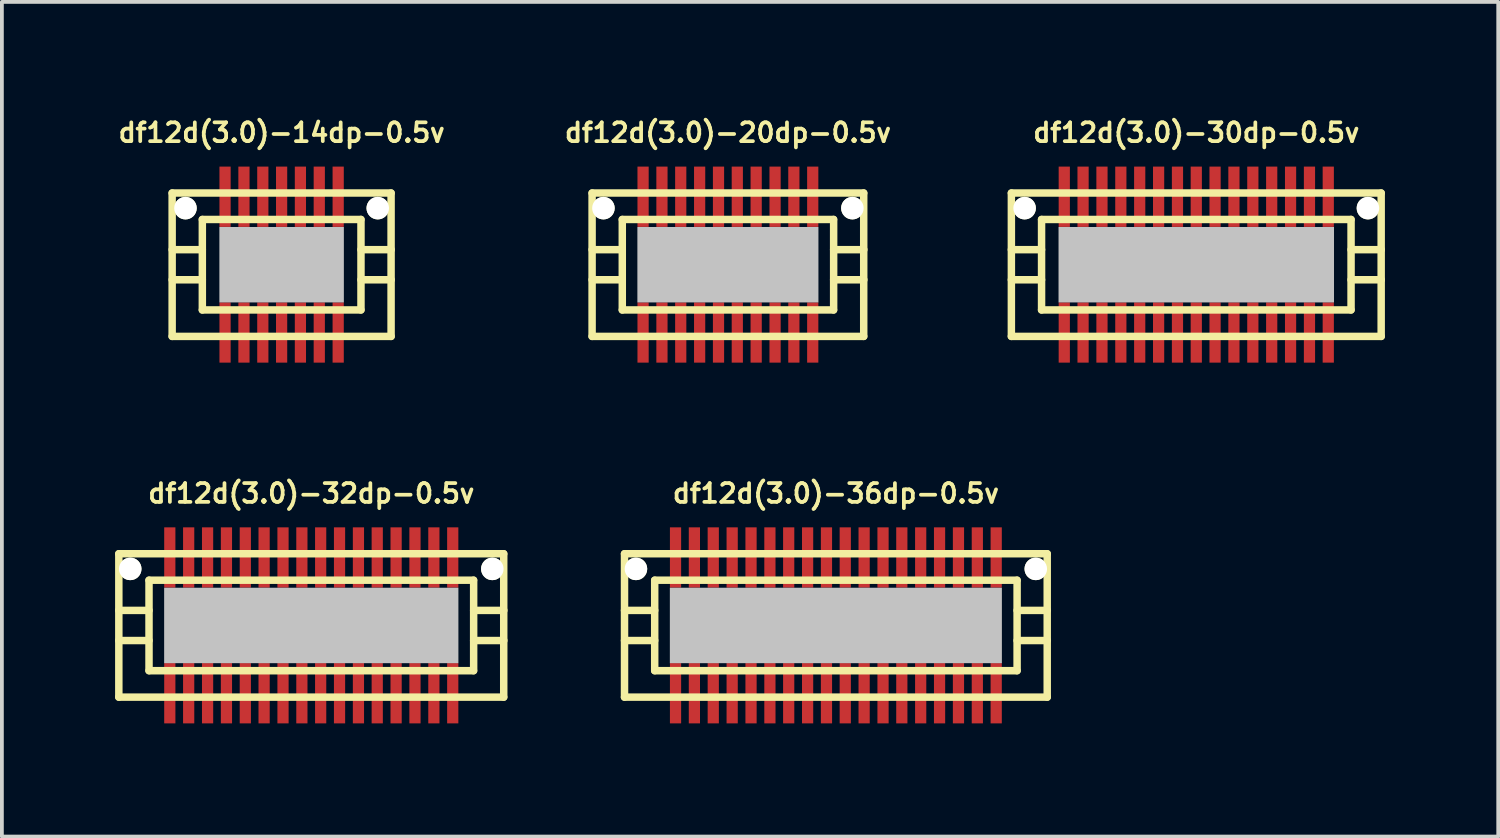
<source format=kicad_pcb>
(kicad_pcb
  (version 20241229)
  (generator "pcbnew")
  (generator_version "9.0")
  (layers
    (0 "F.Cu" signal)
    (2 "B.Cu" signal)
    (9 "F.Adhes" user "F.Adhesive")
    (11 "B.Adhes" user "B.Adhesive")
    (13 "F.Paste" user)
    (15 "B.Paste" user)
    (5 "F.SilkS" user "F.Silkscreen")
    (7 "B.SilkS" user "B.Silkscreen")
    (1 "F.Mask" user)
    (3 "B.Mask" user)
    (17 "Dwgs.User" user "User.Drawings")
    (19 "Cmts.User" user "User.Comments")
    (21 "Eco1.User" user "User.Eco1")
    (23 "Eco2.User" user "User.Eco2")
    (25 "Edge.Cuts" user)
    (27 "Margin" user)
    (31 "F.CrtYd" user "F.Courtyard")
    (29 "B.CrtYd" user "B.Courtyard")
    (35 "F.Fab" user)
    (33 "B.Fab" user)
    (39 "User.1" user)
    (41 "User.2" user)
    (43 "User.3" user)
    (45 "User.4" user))
  (footprint "df12d(3.0)-14dp-0.5v"
    (layer "F.Cu")
    (at 4.413 3.965)
    (property "Reference" "df12d(3.0)-14dp-0.5v" (at 0 -3.5 0) (layer "F.SilkS") (effects (font (size 0.498 0.498) (thickness 0.099))))
    (attr smd)
    (fp_line (start -2.901 -1.9) (end -2.901 1.9) (stroke (width 0.198) (type solid)) (layer "F.SilkS"))
    (fp_line (start -2.901 -1.9) (end 2.901 -1.9) (stroke (width 0.198) (type solid)) (layer "F.SilkS"))
    (fp_line (start -2.101 -0.399) (end -2.901 -0.399) (stroke (width 0.198) (type solid)) (layer "F.SilkS"))
    (fp_line (start -2.101 0.399) (end -2.901 0.399) (stroke (width 0.198) (type solid)) (layer "F.SilkS"))
    (fp_line (start -2.101 1.199) (end -2.101 -1.199) (stroke (width 0.198) (type solid)) (layer "F.SilkS"))
    (fp_line (start -2.101 1.199) (end 2.101 1.199) (stroke (width 0.198) (type solid)) (layer "F.SilkS"))
    (fp_line (start 2.101 -1.199) (end -2.101 -1.199) (stroke (width 0.198) (type solid)) (layer "F.SilkS"))
    (fp_line (start 2.103 -1.199) (end 2.103 1.199) (stroke (width 0.198) (type solid)) (layer "F.SilkS"))
    (fp_line (start 2.103 -0.399) (end 2.903 -0.399) (stroke (width 0.198) (type solid)) (layer "F.SilkS"))
    (fp_line (start 2.901 1.9) (end -2.901 1.9) (stroke (width 0.198) (type solid)) (layer "F.SilkS"))
    (fp_line (start 2.901 1.9) (end 2.901 -1.9) (stroke (width 0.198) (type solid)) (layer "F.SilkS"))
    (fp_line (start 2.903 0.399) (end 2.103 0.399) (stroke (width 0.198) (type solid)) (layer "F.SilkS"))
    (pad "" np_thru_hole circle (at -2.548 -1.499) (size 0.597 0.597) (drill 0.597) (layers "*.Cu" "*.Mask" "F.SilkS"))
    (pad "" smd rect (at 0 0) (size 3.299 1.999) (layers "Dwgs.User"))
    (pad "" np_thru_hole circle (at 2.548 -1.499) (size 0.597 0.597) (drill 0.597) (layers "*.Cu" "*.Mask" "F.SilkS"))
    (pad "1" smd rect (at 1.499 1.796) (size 0.297 1.598) (layers "F.Cu" "F.Mask" "F.Paste"))
    (pad "2" smd rect (at 0.998 1.796) (size 0.297 1.598) (layers "F.Cu" "F.Mask" "F.Paste"))
    (pad "3" smd rect (at 0.498 1.796) (size 0.297 1.598) (layers "F.Cu" "F.Mask" "F.Paste"))
    (pad "4" smd rect (at 0 1.796) (size 0.297 1.598) (layers "F.Cu" "F.Mask" "F.Paste"))
    (pad "5" smd rect (at -0.498 1.796) (size 0.297 1.598) (layers "F.Cu" "F.Mask" "F.Paste"))
    (pad "6" smd rect (at -0.998 1.796) (size 0.297 1.598) (layers "F.Cu" "F.Mask" "F.Paste"))
    (pad "7" smd rect (at -1.499 1.796) (size 0.297 1.598) (layers "F.Cu" "F.Mask" "F.Paste"))
    (pad "8" smd rect (at -1.499 -1.801) (size 0.297 1.598) (layers "F.Cu" "F.Mask" "F.Paste"))
    (pad "9" smd rect (at -0.998 -1.801) (size 0.297 1.598) (layers "F.Cu" "F.Mask" "F.Paste"))
    (pad "10" smd rect (at -0.498 -1.801) (size 0.297 1.598) (layers "F.Cu" "F.Mask" "F.Paste"))
    (pad "11" smd rect (at 0 -1.801) (size 0.297 1.598) (layers "F.Cu" "F.Mask" "F.Paste"))
    (pad "12" smd rect (at 0.498 -1.801) (size 0.297 1.598) (layers "F.Cu" "F.Mask" "F.Paste"))
    (pad "13" smd rect (at 0.998 -1.801) (size 0.297 1.598) (layers "F.Cu" "F.Mask" "F.Paste"))
    (pad "14" smd rect (at 1.499 -1.801) (size 0.297 1.598) (layers "F.Cu" "F.Mask" "F.Paste")))
  (footprint "df12d(3.0)-36dp-0.5v"
    (layer "F.Cu")
    (at 19.101 13.525)
    (property "Reference" "df12d(3.0)-36dp-0.5v" (at 0 -3.5 0) (layer "F.SilkS") (effects (font (size 0.498 0.498) (thickness 0.099))))
    (attr smd)
    (fp_line (start -5.601 -1.9) (end -5.601 1.9) (stroke (width 0.198) (type solid)) (layer "F.SilkS"))
    (fp_line (start -5.601 -1.9) (end 5.601 -1.9) (stroke (width 0.198) (type solid)) (layer "F.SilkS"))
    (fp_line (start -4.801 -0.399) (end -5.601 -0.399) (stroke (width 0.198) (type solid)) (layer "F.SilkS"))
    (fp_line (start -4.801 0.399) (end -5.601 0.399) (stroke (width 0.198) (type solid)) (layer "F.SilkS"))
    (fp_line (start -4.801 1.199) (end -4.801 -1.199) (stroke (width 0.198) (type solid)) (layer "F.SilkS"))
    (fp_line (start -4.801 1.199) (end 4.801 1.199) (stroke (width 0.198) (type solid)) (layer "F.SilkS"))
    (fp_line (start 4.801 -1.199) (end -4.801 -1.199) (stroke (width 0.198) (type solid)) (layer "F.SilkS"))
    (fp_line (start 4.803 -1.199) (end 4.803 1.199) (stroke (width 0.198) (type solid)) (layer "F.SilkS"))
    (fp_line (start 4.803 -0.399) (end 5.603 -0.399) (stroke (width 0.198) (type solid)) (layer "F.SilkS"))
    (fp_line (start 5.601 1.9) (end -5.601 1.9) (stroke (width 0.198) (type solid)) (layer "F.SilkS"))
    (fp_line (start 5.601 1.9) (end 5.601 -1.9) (stroke (width 0.198) (type solid)) (layer "F.SilkS"))
    (fp_line (start 5.603 0.399) (end 4.803 0.399) (stroke (width 0.198) (type solid)) (layer "F.SilkS"))
    (pad "" np_thru_hole circle (at -5.298 -1.499) (size 0.597 0.597) (drill 0.597) (layers "*.Cu" "*.Mask" "F.SilkS"))
    (pad "" smd rect (at 0 0) (size 8.799 1.999) (layers "Dwgs.User"))
    (pad "" np_thru_hole circle (at 5.298 -1.499) (size 0.597 0.597) (drill 0.597) (layers "*.Cu" "*.Mask" "F.SilkS"))
    (pad "1" smd rect (at 4.249 1.796) (size 0.297 1.598) (layers "F.Cu" "F.Mask" "F.Paste"))
    (pad "2" smd rect (at 3.749 1.796) (size 0.297 1.598) (layers "F.Cu" "F.Mask" "F.Paste"))
    (pad "3" smd rect (at 3.249 1.796) (size 0.297 1.598) (layers "F.Cu" "F.Mask" "F.Paste"))
    (pad "4" smd rect (at 2.748 1.796) (size 0.297 1.598) (layers "F.Cu" "F.Mask" "F.Paste"))
    (pad "5" smd rect (at 2.248 1.796) (size 0.297 1.598) (layers "F.Cu" "F.Mask" "F.Paste"))
    (pad "6" smd rect (at 1.748 1.796) (size 0.297 1.598) (layers "F.Cu" "F.Mask" "F.Paste"))
    (pad "7" smd rect (at 1.25 1.796) (size 0.297 1.598) (layers "F.Cu" "F.Mask" "F.Paste"))
    (pad "8" smd rect (at 0.749 1.796) (size 0.297 1.598) (layers "F.Cu" "F.Mask" "F.Paste"))
    (pad "9" smd rect (at 0.249 1.796) (size 0.297 1.598) (layers "F.Cu" "F.Mask" "F.Paste"))
    (pad "10" smd rect (at -0.249 1.796) (size 0.297 1.598) (layers "F.Cu" "F.Mask" "F.Paste"))
    (pad "11" smd rect (at -0.749 1.796) (size 0.297 1.598) (layers "F.Cu" "F.Mask" "F.Paste"))
    (pad "12" smd rect (at -1.25 1.796) (size 0.297 1.598) (layers "F.Cu" "F.Mask" "F.Paste"))
    (pad "13" smd rect (at -1.748 1.796) (size 0.297 1.598) (layers "F.Cu" "F.Mask" "F.Paste"))
    (pad "14" smd rect (at -2.248 1.796) (size 0.297 1.598) (layers "F.Cu" "F.Mask" "F.Paste"))
    (pad "15" smd rect (at -2.748 1.796) (size 0.297 1.598) (layers "F.Cu" "F.Mask" "F.Paste"))
    (pad "16" smd rect (at -3.249 1.796) (size 0.297 1.598) (layers "F.Cu" "F.Mask" "F.Paste"))
    (pad "17" smd rect (at -3.749 1.796) (size 0.297 1.598) (layers "F.Cu" "F.Mask" "F.Paste"))
    (pad "18" smd rect (at -4.249 1.796) (size 0.297 1.598) (layers "F.Cu" "F.Mask" "F.Paste"))
    (pad "19" smd rect (at -4.249 -1.801) (size 0.297 1.598) (layers "F.Cu" "F.Mask" "F.Paste"))
    (pad "20" smd rect (at -3.749 -1.801) (size 0.297 1.598) (layers "F.Cu" "F.Mask" "F.Paste"))
    (pad "21" smd rect (at -3.249 -1.801) (size 0.297 1.598) (layers "F.Cu" "F.Mask" "F.Paste"))
    (pad "22" smd rect (at -2.748 -1.801) (size 0.297 1.598) (layers "F.Cu" "F.Mask" "F.Paste"))
    (pad "23" smd rect (at -2.248 -1.801) (size 0.297 1.598) (layers "F.Cu" "F.Mask" "F.Paste"))
    (pad "24" smd rect (at -1.748 -1.801) (size 0.297 1.598) (layers "F.Cu" "F.Mask" "F.Paste"))
    (pad "25" smd rect (at -1.25 -1.801) (size 0.297 1.598) (layers "F.Cu" "F.Mask" "F.Paste"))
    (pad "26" smd rect (at -0.749 -1.801) (size 0.297 1.598) (layers "F.Cu" "F.Mask" "F.Paste"))
    (pad "27" smd rect (at -0.249 -1.801) (size 0.297 1.598) (layers "F.Cu" "F.Mask" "F.Paste"))
    (pad "28" smd rect (at 0.249 -1.801) (size 0.297 1.598) (layers "F.Cu" "F.Mask" "F.Paste"))
    (pad "29" smd rect (at 0.749 -1.801) (size 0.297 1.598) (layers "F.Cu" "F.Mask" "F.Paste"))
    (pad "30" smd rect (at 1.25 -1.801) (size 0.297 1.598) (layers "F.Cu" "F.Mask" "F.Paste"))
    (pad "31" smd rect (at 1.748 -1.801) (size 0.297 1.598) (layers "F.Cu" "F.Mask" "F.Paste"))
    (pad "32" smd rect (at 2.248 -1.801) (size 0.297 1.598) (layers "F.Cu" "F.Mask" "F.Paste"))
    (pad "33" smd rect (at 2.748 -1.801) (size 0.297 1.598) (layers "F.Cu" "F.Mask" "F.Paste"))
    (pad "34" smd rect (at 3.249 -1.801) (size 0.297 1.598) (layers "F.Cu" "F.Mask" "F.Paste"))
    (pad "35" smd rect (at 3.749 -1.801) (size 0.297 1.598) (layers "F.Cu" "F.Mask" "F.Paste"))
    (pad "36" smd rect (at 4.249 -1.801) (size 0.297 1.598) (layers "F.Cu" "F.Mask" "F.Paste")))
  (footprint "df12d(3.0)-30dp-0.5v"
    (layer "F.Cu")
    (at 28.652 3.965)
    (property "Reference" "df12d(3.0)-30dp-0.5v" (at 0 -3.5 0) (layer "F.SilkS") (effects (font (size 0.498 0.498) (thickness 0.099))))
    (attr smd)
    (fp_line (start -4.9 -1.9) (end -4.9 1.9) (stroke (width 0.198) (type solid)) (layer "F.SilkS"))
    (fp_line (start -4.9 -1.9) (end 4.9 -1.9) (stroke (width 0.198) (type solid)) (layer "F.SilkS"))
    (fp_line (start -4.1 -0.399) (end -4.9 -0.399) (stroke (width 0.198) (type solid)) (layer "F.SilkS"))
    (fp_line (start -4.1 0.399) (end -4.9 0.399) (stroke (width 0.198) (type solid)) (layer "F.SilkS"))
    (fp_line (start -4.1 1.199) (end -4.1 -1.199) (stroke (width 0.198) (type solid)) (layer "F.SilkS"))
    (fp_line (start -4.1 1.199) (end 4.1 1.199) (stroke (width 0.198) (type solid)) (layer "F.SilkS"))
    (fp_line (start 4.1 -1.199) (end -4.1 -1.199) (stroke (width 0.198) (type solid)) (layer "F.SilkS"))
    (fp_line (start 4.102 -1.199) (end 4.102 1.199) (stroke (width 0.198) (type solid)) (layer "F.SilkS"))
    (fp_line (start 4.102 -0.399) (end 4.902 -0.399) (stroke (width 0.198) (type solid)) (layer "F.SilkS"))
    (fp_line (start 4.9 1.9) (end -4.9 1.9) (stroke (width 0.198) (type solid)) (layer "F.SilkS"))
    (fp_line (start 4.9 1.9) (end 4.9 -1.9) (stroke (width 0.198) (type solid)) (layer "F.SilkS"))
    (fp_line (start 4.902 0.399) (end 4.102 0.399) (stroke (width 0.198) (type solid)) (layer "F.SilkS"))
    (pad "" np_thru_hole circle (at -4.549 -1.499) (size 0.597 0.597) (drill 0.597) (layers "*.Cu" "*.Mask" "F.SilkS"))
    (pad "" smd rect (at 0 0) (size 7.3 1.999) (layers "Dwgs.User"))
    (pad "" np_thru_hole circle (at 4.549 -1.499) (size 0.597 0.597) (drill 0.597) (layers "*.Cu" "*.Mask" "F.SilkS"))
    (pad "1" smd rect (at 3.498 1.796) (size 0.297 1.598) (layers "F.Cu" "F.Mask" "F.Paste"))
    (pad "2" smd rect (at 3 1.796) (size 0.297 1.598) (layers "F.Cu" "F.Mask" "F.Paste"))
    (pad "3" smd rect (at 2.499 1.796) (size 0.297 1.598) (layers "F.Cu" "F.Mask" "F.Paste"))
    (pad "4" smd rect (at 1.999 1.796) (size 0.297 1.598) (layers "F.Cu" "F.Mask" "F.Paste"))
    (pad "5" smd rect (at 1.499 1.796) (size 0.297 1.598) (layers "F.Cu" "F.Mask" "F.Paste"))
    (pad "6" smd rect (at 0.998 1.796) (size 0.297 1.598) (layers "F.Cu" "F.Mask" "F.Paste"))
    (pad "7" smd rect (at 0.498 1.796) (size 0.297 1.598) (layers "F.Cu" "F.Mask" "F.Paste"))
    (pad "8" smd rect (at 0 1.796) (size 0.297 1.598) (layers "F.Cu" "F.Mask" "F.Paste"))
    (pad "9" smd rect (at -0.498 1.796) (size 0.297 1.598) (layers "F.Cu" "F.Mask" "F.Paste"))
    (pad "10" smd rect (at -0.998 1.796) (size 0.297 1.598) (layers "F.Cu" "F.Mask" "F.Paste"))
    (pad "11" smd rect (at -1.499 1.796) (size 0.297 1.598) (layers "F.Cu" "F.Mask" "F.Paste"))
    (pad "12" smd rect (at -1.999 1.796) (size 0.297 1.598) (layers "F.Cu" "F.Mask" "F.Paste"))
    (pad "13" smd rect (at -2.499 1.796) (size 0.297 1.598) (layers "F.Cu" "F.Mask" "F.Paste"))
    (pad "14" smd rect (at -3 1.796) (size 0.297 1.598) (layers "F.Cu" "F.Mask" "F.Paste"))
    (pad "15" smd rect (at -3.498 1.796) (size 0.297 1.598) (layers "F.Cu" "F.Mask" "F.Paste"))
    (pad "16" smd rect (at -3.498 -1.801) (size 0.297 1.598) (layers "F.Cu" "F.Mask" "F.Paste"))
    (pad "17" smd rect (at -3 -1.801) (size 0.297 1.598) (layers "F.Cu" "F.Mask" "F.Paste"))
    (pad "18" smd rect (at -2.499 -1.801) (size 0.297 1.598) (layers "F.Cu" "F.Mask" "F.Paste"))
    (pad "19" smd rect (at -1.999 -1.801) (size 0.297 1.598) (layers "F.Cu" "F.Mask" "F.Paste"))
    (pad "20" smd rect (at -1.499 -1.801) (size 0.297 1.598) (layers "F.Cu" "F.Mask" "F.Paste"))
    (pad "21" smd rect (at -0.998 -1.801) (size 0.297 1.598) (layers "F.Cu" "F.Mask" "F.Paste"))
    (pad "22" smd rect (at -0.498 -1.801) (size 0.297 1.598) (layers "F.Cu" "F.Mask" "F.Paste"))
    (pad "23" smd rect (at 0 -1.801) (size 0.297 1.598) (layers "F.Cu" "F.Mask" "F.Paste"))
    (pad "24" smd rect (at 0.498 -1.801) (size 0.297 1.598) (layers "F.Cu" "F.Mask" "F.Paste"))
    (pad "25" smd rect (at 0.998 -1.801) (size 0.297 1.598) (layers "F.Cu" "F.Mask" "F.Paste"))
    (pad "26" smd rect (at 1.499 -1.801) (size 0.297 1.598) (layers "F.Cu" "F.Mask" "F.Paste"))
    (pad "27" smd rect (at 1.999 -1.801) (size 0.297 1.598) (layers "F.Cu" "F.Mask" "F.Paste"))
    (pad "28" smd rect (at 2.499 -1.801) (size 0.297 1.598) (layers "F.Cu" "F.Mask" "F.Paste"))
    (pad "29" smd rect (at 3 -1.801) (size 0.297 1.598) (layers "F.Cu" "F.Mask" "F.Paste"))
    (pad "30" smd rect (at 3.498 -1.801) (size 0.297 1.598) (layers "F.Cu" "F.Mask" "F.Paste")))
  (footprint "df12d(3.0)-32dp-0.5v"
    (layer "F.Cu")
    (at 5.199 13.525)
    (property "Reference" "df12d(3.0)-32dp-0.5v" (at 0 -3.5 0) (layer "F.SilkS") (effects (font (size 0.498 0.498) (thickness 0.099))))
    (attr smd)
    (fp_line (start -5.1 -1.9) (end -5.1 1.9) (stroke (width 0.198) (type solid)) (layer "F.SilkS"))
    (fp_line (start -5.1 -1.9) (end 5.1 -1.9) (stroke (width 0.198) (type solid)) (layer "F.SilkS"))
    (fp_line (start -4.3 -0.399) (end -5.1 -0.399) (stroke (width 0.198) (type solid)) (layer "F.SilkS"))
    (fp_line (start -4.3 0.399) (end -5.1 0.399) (stroke (width 0.198) (type solid)) (layer "F.SilkS"))
    (fp_line (start -4.3 1.199) (end -4.3 -1.199) (stroke (width 0.198) (type solid)) (layer "F.SilkS"))
    (fp_line (start -4.3 1.199) (end 4.3 1.199) (stroke (width 0.198) (type solid)) (layer "F.SilkS"))
    (fp_line (start 4.3 -1.199) (end -4.3 -1.199) (stroke (width 0.198) (type solid)) (layer "F.SilkS"))
    (fp_line (start 4.303 -1.199) (end 4.303 1.199) (stroke (width 0.198) (type solid)) (layer "F.SilkS"))
    (fp_line (start 4.303 -0.399) (end 5.103 -0.399) (stroke (width 0.198) (type solid)) (layer "F.SilkS"))
    (fp_line (start 5.1 1.9) (end -5.1 1.9) (stroke (width 0.198) (type solid)) (layer "F.SilkS"))
    (fp_line (start 5.1 1.9) (end 5.1 -1.9) (stroke (width 0.198) (type solid)) (layer "F.SilkS"))
    (fp_line (start 5.103 0.399) (end 4.303 0.399) (stroke (width 0.198) (type solid)) (layer "F.SilkS"))
    (pad "" np_thru_hole circle (at -4.798 -1.499) (size 0.597 0.597) (drill 0.597) (layers "*.Cu" "*.Mask" "F.SilkS"))
    (pad "" smd rect (at 0 0) (size 7.798 1.999) (layers "Dwgs.User"))
    (pad "" np_thru_hole circle (at 4.798 -1.499) (size 0.597 0.597) (drill 0.597) (layers "*.Cu" "*.Mask" "F.SilkS"))
    (pad "1" smd rect (at 3.749 1.796) (size 0.297 1.598) (layers "F.Cu" "F.Mask" "F.Paste"))
    (pad "2" smd rect (at 3.249 1.796) (size 0.297 1.598) (layers "F.Cu" "F.Mask" "F.Paste"))
    (pad "3" smd rect (at 2.748 1.796) (size 0.297 1.598) (layers "F.Cu" "F.Mask" "F.Paste"))
    (pad "4" smd rect (at 2.248 1.796) (size 0.297 1.598) (layers "F.Cu" "F.Mask" "F.Paste"))
    (pad "5" smd rect (at 1.748 1.796) (size 0.297 1.598) (layers "F.Cu" "F.Mask" "F.Paste"))
    (pad "6" smd rect (at 1.25 1.796) (size 0.297 1.598) (layers "F.Cu" "F.Mask" "F.Paste"))
    (pad "7" smd rect (at 0.749 1.796) (size 0.297 1.598) (layers "F.Cu" "F.Mask" "F.Paste"))
    (pad "8" smd rect (at 0.249 1.796) (size 0.297 1.598) (layers "F.Cu" "F.Mask" "F.Paste"))
    (pad "9" smd rect (at -0.249 1.796) (size 0.297 1.598) (layers "F.Cu" "F.Mask" "F.Paste"))
    (pad "10" smd rect (at -0.749 1.796) (size 0.297 1.598) (layers "F.Cu" "F.Mask" "F.Paste"))
    (pad "11" smd rect (at -1.25 1.796) (size 0.297 1.598) (layers "F.Cu" "F.Mask" "F.Paste"))
    (pad "12" smd rect (at -1.748 1.796) (size 0.297 1.598) (layers "F.Cu" "F.Mask" "F.Paste"))
    (pad "13" smd rect (at -2.248 1.796) (size 0.297 1.598) (layers "F.Cu" "F.Mask" "F.Paste"))
    (pad "14" smd rect (at -2.748 1.796) (size 0.297 1.598) (layers "F.Cu" "F.Mask" "F.Paste"))
    (pad "15" smd rect (at -3.249 1.796) (size 0.297 1.598) (layers "F.Cu" "F.Mask" "F.Paste"))
    (pad "16" smd rect (at -3.749 1.796) (size 0.297 1.598) (layers "F.Cu" "F.Mask" "F.Paste"))
    (pad "17" smd rect (at -3.749 -1.801) (size 0.297 1.598) (layers "F.Cu" "F.Mask" "F.Paste"))
    (pad "18" smd rect (at -3.249 -1.801) (size 0.297 1.598) (layers "F.Cu" "F.Mask" "F.Paste"))
    (pad "19" smd rect (at -2.748 -1.801) (size 0.297 1.598) (layers "F.Cu" "F.Mask" "F.Paste"))
    (pad "20" smd rect (at -2.248 -1.801) (size 0.297 1.598) (layers "F.Cu" "F.Mask" "F.Paste"))
    (pad "21" smd rect (at -1.748 -1.801) (size 0.297 1.598) (layers "F.Cu" "F.Mask" "F.Paste"))
    (pad "22" smd rect (at -1.25 -1.801) (size 0.297 1.598) (layers "F.Cu" "F.Mask" "F.Paste"))
    (pad "23" smd rect (at -0.749 -1.801) (size 0.297 1.598) (layers "F.Cu" "F.Mask" "F.Paste"))
    (pad "24" smd rect (at -0.249 -1.801) (size 0.297 1.598) (layers "F.Cu" "F.Mask" "F.Paste"))
    (pad "25" smd rect (at 0.249 -1.801) (size 0.297 1.598) (layers "F.Cu" "F.Mask" "F.Paste"))
    (pad "26" smd rect (at 0.749 -1.801) (size 0.297 1.598) (layers "F.Cu" "F.Mask" "F.Paste"))
    (pad "27" smd rect (at 1.25 -1.801) (size 0.297 1.598) (layers "F.Cu" "F.Mask" "F.Paste"))
    (pad "28" smd rect (at 1.748 -1.801) (size 0.297 1.598) (layers "F.Cu" "F.Mask" "F.Paste"))
    (pad "29" smd rect (at 2.248 -1.801) (size 0.297 1.598) (layers "F.Cu" "F.Mask" "F.Paste"))
    (pad "30" smd rect (at 2.748 -1.801) (size 0.297 1.598) (layers "F.Cu" "F.Mask" "F.Paste"))
    (pad "31" smd rect (at 3.249 -1.801) (size 0.297 1.598) (layers "F.Cu" "F.Mask" "F.Paste"))
    (pad "32" smd rect (at 3.749 -1.801) (size 0.297 1.598) (layers "F.Cu" "F.Mask" "F.Paste")))
  (footprint "df12d(3.0)-20dp-0.5v"
    (layer "F.Cu")
    (at 16.24 3.965)
    (property "Reference" "df12d(3.0)-20dp-0.5v" (at 0 -3.5 0) (layer "F.SilkS") (effects (font (size 0.498 0.498) (thickness 0.099))))
    (attr smd)
    (fp_line (start -3.599 -1.9) (end -3.599 1.9) (stroke (width 0.198) (type solid)) (layer "F.SilkS"))
    (fp_line (start -3.599 -1.9) (end 3.599 -1.9) (stroke (width 0.198) (type solid)) (layer "F.SilkS"))
    (fp_line (start -2.799 -0.399) (end -3.599 -0.399) (stroke (width 0.198) (type solid)) (layer "F.SilkS"))
    (fp_line (start -2.799 0.399) (end -3.599 0.399) (stroke (width 0.198) (type solid)) (layer "F.SilkS"))
    (fp_line (start -2.799 1.199) (end -2.799 -1.199) (stroke (width 0.198) (type solid)) (layer "F.SilkS"))
    (fp_line (start -2.799 1.199) (end 2.799 1.199) (stroke (width 0.198) (type solid)) (layer "F.SilkS"))
    (fp_line (start 2.799 -1.199) (end -2.799 -1.199) (stroke (width 0.198) (type solid)) (layer "F.SilkS"))
    (fp_line (start 2.802 -1.199) (end 2.802 1.199) (stroke (width 0.198) (type solid)) (layer "F.SilkS"))
    (fp_line (start 2.802 -0.399) (end 3.602 -0.399) (stroke (width 0.198) (type solid)) (layer "F.SilkS"))
    (fp_line (start 3.599 1.9) (end -3.599 1.9) (stroke (width 0.198) (type solid)) (layer "F.SilkS"))
    (fp_line (start 3.599 1.9) (end 3.599 -1.9) (stroke (width 0.198) (type solid)) (layer "F.SilkS"))
    (fp_line (start 3.602 0.399) (end 2.802 0.399) (stroke (width 0.198) (type solid)) (layer "F.SilkS"))
    (pad "" np_thru_hole circle (at -3.299 -1.499) (size 0.597 0.597) (drill 0.597) (layers "*.Cu" "*.Mask" "F.SilkS"))
    (pad "" smd rect (at 0 0) (size 4.798 1.999) (layers "Dwgs.User"))
    (pad "" np_thru_hole circle (at 3.299 -1.499) (size 0.597 0.597) (drill 0.597) (layers "*.Cu" "*.Mask" "F.SilkS"))
    (pad "1" smd rect (at 2.248 1.796) (size 0.297 1.598) (layers "F.Cu" "F.Mask" "F.Paste"))
    (pad "2" smd rect (at 1.748 1.796) (size 0.297 1.598) (layers "F.Cu" "F.Mask" "F.Paste"))
    (pad "3" smd rect (at 1.25 1.796) (size 0.297 1.598) (layers "F.Cu" "F.Mask" "F.Paste"))
    (pad "4" smd rect (at 0.749 1.796) (size 0.297 1.598) (layers "F.Cu" "F.Mask" "F.Paste"))
    (pad "5" smd rect (at 0.249 1.796) (size 0.297 1.598) (layers "F.Cu" "F.Mask" "F.Paste"))
    (pad "6" smd rect (at -0.249 1.796) (size 0.297 1.598) (layers "F.Cu" "F.Mask" "F.Paste"))
    (pad "7" smd rect (at -0.749 1.796) (size 0.297 1.598) (layers "F.Cu" "F.Mask" "F.Paste"))
    (pad "8" smd rect (at -1.25 1.796) (size 0.297 1.598) (layers "F.Cu" "F.Mask" "F.Paste"))
    (pad "9" smd rect (at -1.748 1.796) (size 0.297 1.598) (layers "F.Cu" "F.Mask" "F.Paste"))
    (pad "10" smd rect (at -2.248 1.796) (size 0.297 1.598) (layers "F.Cu" "F.Mask" "F.Paste"))
    (pad "11" smd rect (at -2.248 -1.801) (size 0.297 1.598) (layers "F.Cu" "F.Mask" "F.Paste"))
    (pad "12" smd rect (at -1.748 -1.801) (size 0.297 1.598) (layers "F.Cu" "F.Mask" "F.Paste"))
    (pad "13" smd rect (at -1.25 -1.801) (size 0.297 1.598) (layers "F.Cu" "F.Mask" "F.Paste"))
    (pad "14" smd rect (at -0.749 -1.801) (size 0.297 1.598) (layers "F.Cu" "F.Mask" "F.Paste"))
    (pad "15" smd rect (at -0.249 -1.801) (size 0.297 1.598) (layers "F.Cu" "F.Mask" "F.Paste"))
    (pad "16" smd rect (at 0.249 -1.801) (size 0.297 1.598) (layers "F.Cu" "F.Mask" "F.Paste"))
    (pad "17" smd rect (at 0.749 -1.801) (size 0.297 1.598) (layers "F.Cu" "F.Mask" "F.Paste"))
    (pad "18" smd rect (at 1.25 -1.801) (size 0.297 1.598) (layers "F.Cu" "F.Mask" "F.Paste"))
    (pad "19" smd rect (at 1.748 -1.801) (size 0.297 1.598) (layers "F.Cu" "F.Mask" "F.Paste"))
    (pad "20" smd rect (at 2.248 -1.801) (size 0.297 1.598) (layers "F.Cu" "F.Mask" "F.Paste")))
  (gr_rect
    (start -3 -3)
    (end 36.654 19.12)
    (stroke (width 0.1) (type default))
    (fill no)
    (layer "Edge.Cuts")))
</source>
